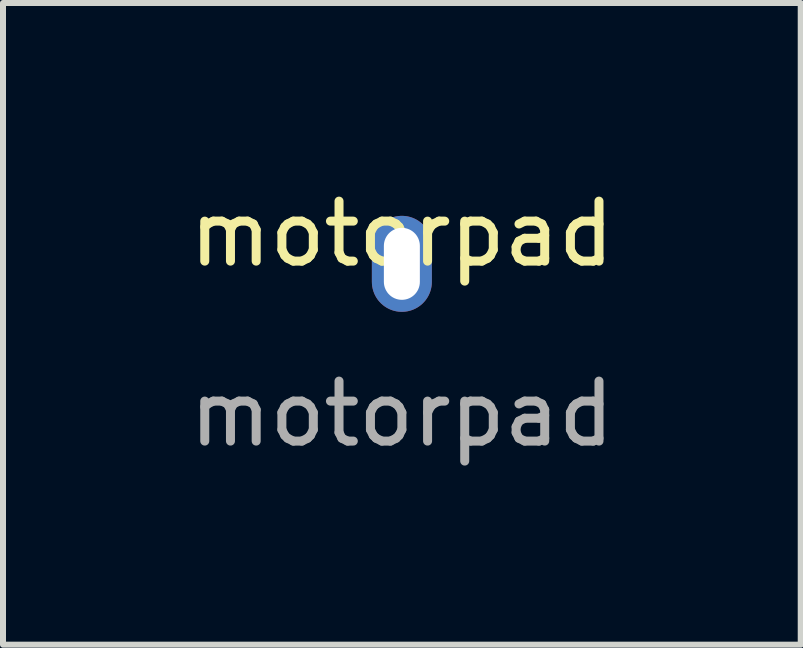
<source format=kicad_pcb>
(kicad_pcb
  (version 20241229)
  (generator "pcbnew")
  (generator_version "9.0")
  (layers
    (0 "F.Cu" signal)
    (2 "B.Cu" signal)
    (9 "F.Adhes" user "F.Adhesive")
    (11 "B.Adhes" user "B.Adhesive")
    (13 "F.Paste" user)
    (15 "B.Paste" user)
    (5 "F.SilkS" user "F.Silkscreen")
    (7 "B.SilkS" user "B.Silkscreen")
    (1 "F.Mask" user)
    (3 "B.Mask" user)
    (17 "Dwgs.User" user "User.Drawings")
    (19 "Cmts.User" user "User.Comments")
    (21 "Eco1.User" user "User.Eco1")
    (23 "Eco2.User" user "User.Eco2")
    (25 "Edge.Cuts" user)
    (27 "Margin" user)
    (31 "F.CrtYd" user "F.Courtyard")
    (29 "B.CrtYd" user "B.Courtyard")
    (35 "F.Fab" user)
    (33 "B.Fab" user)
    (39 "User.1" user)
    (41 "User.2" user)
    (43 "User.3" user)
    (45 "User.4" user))
  (footprint "motorpad"
    (layer "F.Cu")
    (at 3.649 1.348)
    (property "Reference" "motorpad" (at 0 -0.5 0) (unlocked yes) (layer "F.SilkS") (effects (font (size 1 1) (thickness 0.15))))
    (attr through_hole)
    (fp_text user "${REFERENCE}" (at 0 2.5 0) (unlocked yes) (layer "F.Fab") (effects (font (size 1 1) (thickness 0.15))))
    (pad "1" thru_hole oval (at 0 0) (size 1 1.6) (drill oval 0.6 1.2) (layers "*.Cu" "*.Mask")))
  (gr_rect
    (start -3 -3)
    (end 10.298 7.697)
    (stroke (width 0.1) (type default))
    (fill no)
    (layer "Edge.Cuts")))
</source>
